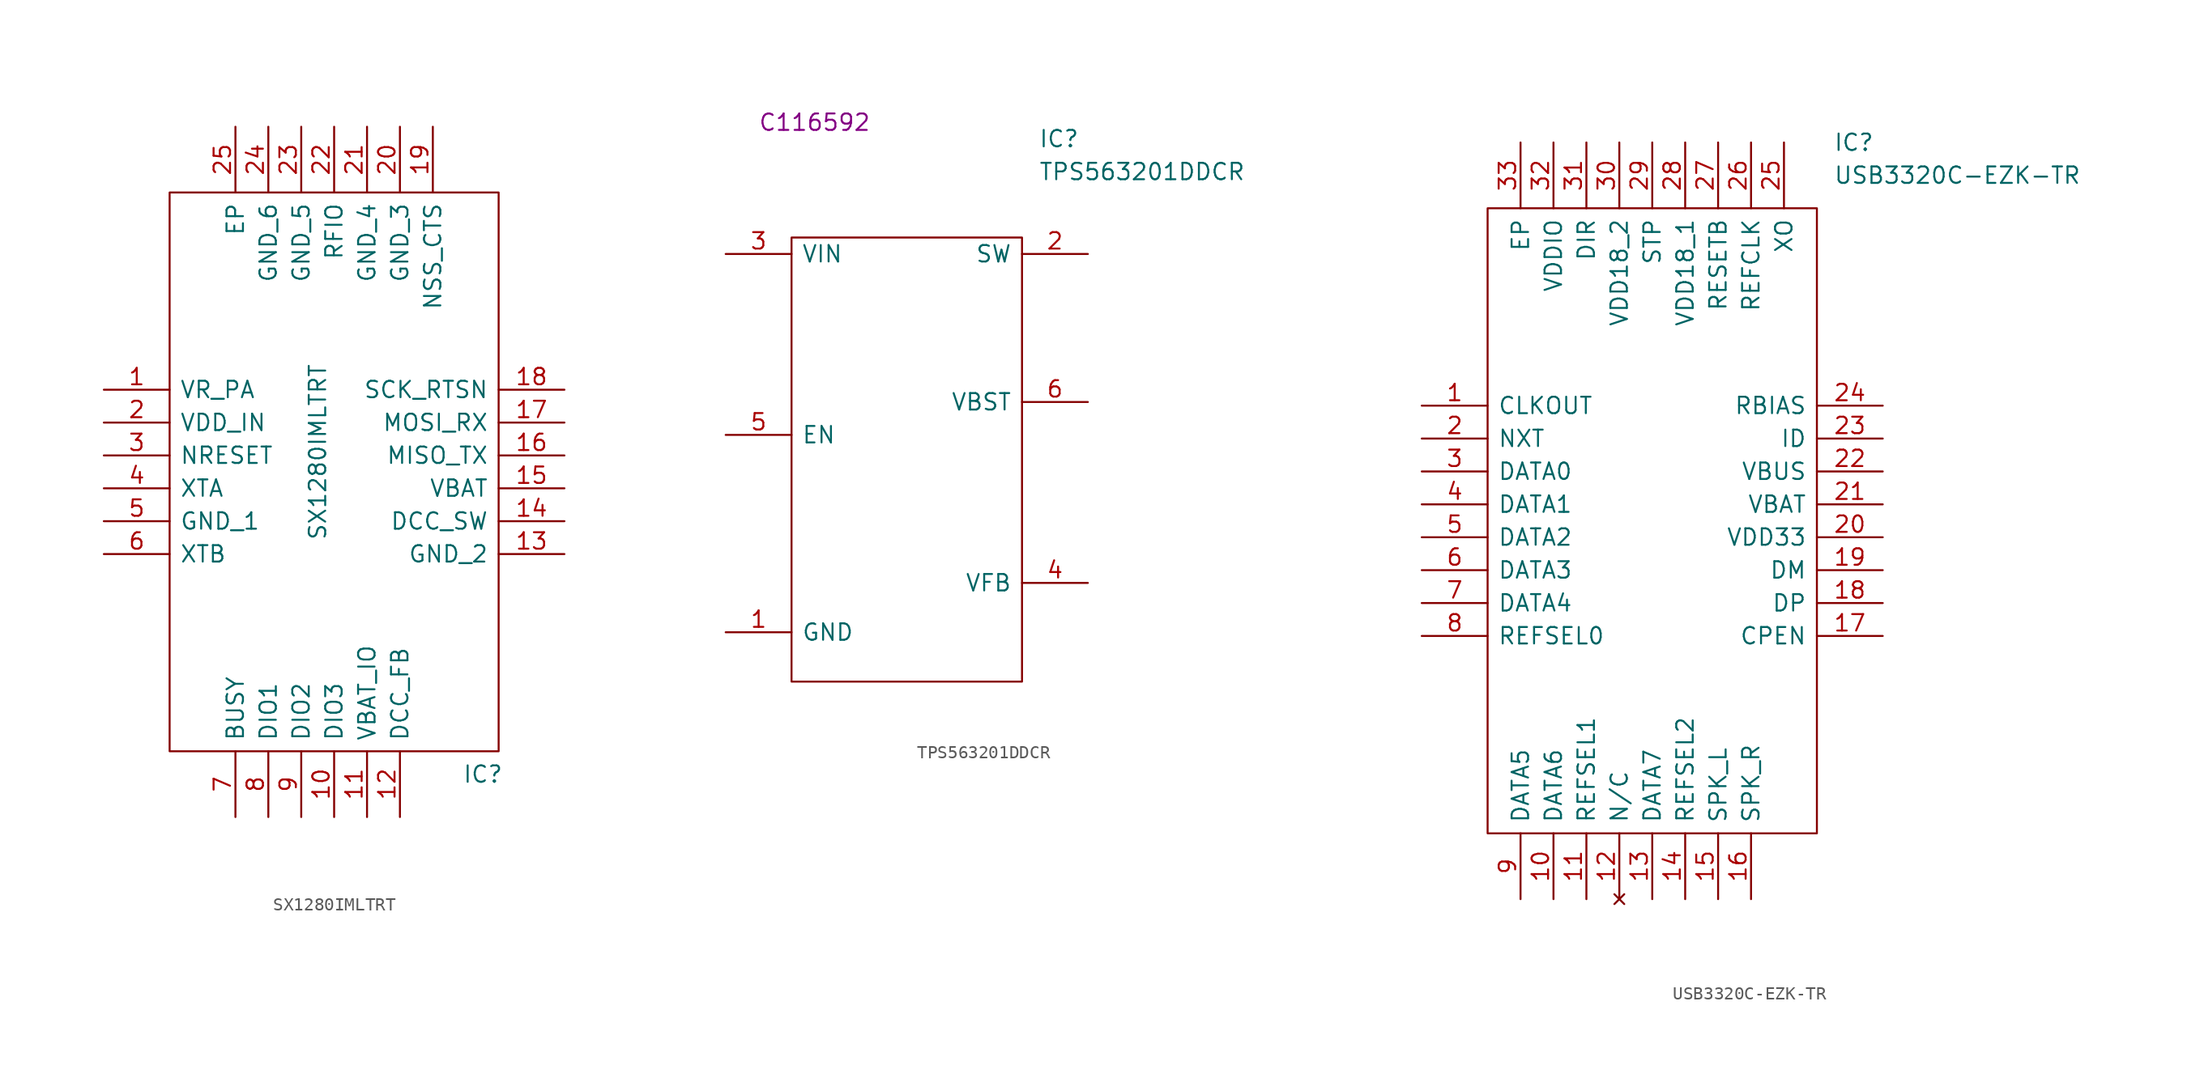
<source format=kicad_sym>
(kicad_symbol_lib
  (version 20231120)
  (generator "kicad_symbol_editor")
  (generator_version "8.0")
  (symbol "SX1280IMLTRT"
    (pin_names
      (offset 0.762))
    (property "Reference" "IC"
      (at 27.686 -29.718 0)
      (effects (font (size 1.27 1.27)) (justify left)))
    (property "Value" "SX1280IMLTRT"
      (at 16.51 -11.684 90)
      (effects (font (size 1.27 1.27)) (justify left)))
    (symbol "SX1280IMLTRT_0_0"
      (pin passive line (at 35.56 -12.7 180) (length 5.08) (name "GND_2" (effects (font (size 1.27 1.27)))) (number "13" (effects (font (size 1.27 1.27)))))
      (pin passive line (at 22.86 20.32 270) (length 5.08) (name "GND_3" (effects (font (size 1.27 1.27)))) (number "20" (effects (font (size 1.27 1.27)))))
      (pin passive line (at 20.32 20.32 270) (length 5.08) (name "GND_4" (effects (font (size 1.27 1.27)))) (number "21" (effects (font (size 1.27 1.27)))))
      (pin passive line (at 15.24 20.32 270) (length 5.08) (name "GND_5" (effects (font (size 1.27 1.27)))) (number "23" (effects (font (size 1.27 1.27)))))
      (pin passive line (at 12.7 20.32 270) (length 5.08) (name "GND_6" (effects (font (size 1.27 1.27)))) (number "24" (effects (font (size 1.27 1.27)))))
      (pin passive line (at 10.16 20.32 270) (length 5.08) (name "EP" (effects (font (size 1.27 1.27)))) (number "25" (effects (font (size 1.27 1.27)))))
      (pin passive line (at 0 -10.16 0) (length 5.08) (name "GND_1" (effects (font (size 1.27 1.27)))) (number "5" (effects (font (size 1.27 1.27))))))
    (symbol "SX1280IMLTRT_0_1"
      (polyline (pts (xy 5.08 15.24) (xy 30.48 15.24) (xy 30.48 -27.94) (xy 5.08 -27.94) (xy 5.08 15.24)) (stroke (width 0.152) (type solid)) (fill (type none))))
    (symbol "SX1280IMLTRT_1_0"
      (pin power_in line (at 0 0 0) (length 5.08) (name "VR_PA" (effects (font (size 1.27 1.27)))) (number "1" (effects (font (size 1.27 1.27)))))
      (pin bidirectional line (at 17.78 -33.02 90) (length 5.08) (name "DIO3" (effects (font (size 1.27 1.27)))) (number "10" (effects (font (size 1.27 1.27)))))
      (pin power_in line (at 20.32 -33.02 90) (length 5.08) (name "VBAT_IO" (effects (font (size 1.27 1.27)))) (number "11" (effects (font (size 1.27 1.27)))))
      (pin output line (at 22.86 -33.02 90) (length 5.08) (name "DCC_FB" (effects (font (size 1.27 1.27)))) (number "12" (effects (font (size 1.27 1.27)))))
      (pin output line (at 35.56 -10.16 180) (length 5.08) (name "DCC_SW" (effects (font (size 1.27 1.27)))) (number "14" (effects (font (size 1.27 1.27)))))
      (pin input line (at 35.56 -7.62 180) (length 5.08) (name "VBAT" (effects (font (size 1.27 1.27)))) (number "15" (effects (font (size 1.27 1.27)))))
      (pin output line (at 35.56 -5.08 180) (length 5.08) (name "MISO_TX" (effects (font (size 1.27 1.27)))) (number "16" (effects (font (size 1.27 1.27)))))
      (pin input line (at 35.56 -2.54 180) (length 5.08) (name "MOSI_RX" (effects (font (size 1.27 1.27)))) (number "17" (effects (font (size 1.27 1.27)))))
      (pin input line (at 35.56 0 180) (length 5.08) (name "SCK_RTSN" (effects (font (size 1.27 1.27)))) (number "18" (effects (font (size 1.27 1.27)))))
      (pin input line (at 25.4 20.32 270) (length 5.08) (name "NSS_CTS" (effects (font (size 1.27 1.27)))) (number "19" (effects (font (size 1.27 1.27)))))
      (pin power_in line (at 0 -2.54 0) (length 5.08) (name "VDD_IN" (effects (font (size 1.27 1.27)))) (number "2" (effects (font (size 1.27 1.27)))))
      (pin bidirectional line (at 17.78 20.32 270) (length 5.08) (name "RFIO" (effects (font (size 1.27 1.27)))) (number "22" (effects (font (size 1.27 1.27)))))
      (pin input line (at 0 -5.08 0) (length 5.08) (name "NRESET" (effects (font (size 1.27 1.27)))) (number "3" (effects (font (size 1.27 1.27)))))
      (pin input line (at 0 -7.62 0) (length 5.08) (name "XTA" (effects (font (size 1.27 1.27)))) (number "4" (effects (font (size 1.27 1.27)))))
      (pin input line (at 0 -12.7 0) (length 5.08) (name "XTB" (effects (font (size 1.27 1.27)))) (number "6" (effects (font (size 1.27 1.27)))))
      (pin output line (at 10.16 -33.02 90) (length 5.08) (name "BUSY" (effects (font (size 1.27 1.27)))) (number "7" (effects (font (size 1.27 1.27)))))
      (pin bidirectional line (at 12.7 -33.02 90) (length 5.08) (name "DIO1" (effects (font (size 1.27 1.27)))) (number "8" (effects (font (size 1.27 1.27)))))
      (pin bidirectional line (at 15.24 -33.02 90) (length 5.08) (name "DIO2" (effects (font (size 1.27 1.27)))) (number "9" (effects (font (size 1.27 1.27)))))))
  (symbol "TPS563201DDCR"
    (pin_names
      (offset 0.762))
    (property "Reference" "IC"
      (at 24.13 7.62 0)
      (effects (font (size 1.27 1.27)) (justify left)))
    (property "Value" "TPS563201DDCR"
      (at 24.13 5.08 0)
      (effects (font (size 1.27 1.27)) (justify left)))
    (property "LCSC Part # " "C116592"
      (at 6.858 8.89 0)
      (effects (font (size 1.27 1.27))))
    (symbol "TPS563201DDCR_0_0"
      (pin passive line (at 0 -30.48 0) (length 5.08) (name "GND" (effects (font (size 1.27 1.27)))) (number "1" (effects (font (size 1.27 1.27)))))
      (pin output line (at 27.94 -1.27 180) (length 5.08) (name "SW" (effects (font (size 1.27 1.27)))) (number "2" (effects (font (size 1.27 1.27)))))
      (pin power_in line (at 0 -1.27 0) (length 5.08) (name "VIN" (effects (font (size 1.27 1.27)))) (number "3" (effects (font (size 1.27 1.27)))))
      (pin input line (at 27.94 -26.67 180) (length 5.08) (name "VFB" (effects (font (size 1.27 1.27)))) (number "4" (effects (font (size 1.27 1.27)))))
      (pin input line (at 0 -15.24 0) (length 5.08) (name "EN" (effects (font (size 1.27 1.27)))) (number "5" (effects (font (size 1.27 1.27)))))
      (pin output line (at 27.94 -12.7 180) (length 5.08) (name "VBST" (effects (font (size 1.27 1.27)))) (number "6" (effects (font (size 1.27 1.27))))))
    (symbol "TPS563201DDCR_0_1"
      (polyline (pts (xy 5.08 0) (xy 22.86 0) (xy 22.86 -34.29) (xy 5.08 -34.29) (xy 5.08 0)) (stroke (width 0.152) (type solid)) (fill (type none)))))
  (symbol "USB3320C-EZK-TR"
    (pin_names
      (offset 0.762))
    (property "Reference" "IC"
      (at 31.75 20.32 0)
      (effects (font (size 1.27 1.27)) (justify left)))
    (property "Value" "USB3320C-EZK-TR"
      (at 31.75 17.78 0)
      (effects (font (size 1.27 1.27)) (justify left)))
    (symbol "USB3320C-EZK-TR_0_0"
      (pin passive line (at 0 0 0) (length 5.08) (name "CLKOUT" (effects (font (size 1.27 1.27)))) (number "1" (effects (font (size 1.27 1.27)))))
      (pin passive line (at 10.16 -38.1 90) (length 5.08) (name "DATA6" (effects (font (size 1.27 1.27)))) (number "10" (effects (font (size 1.27 1.27)))))
      (pin passive line (at 12.7 -38.1 90) (length 5.08) (name "REFSEL1" (effects (font (size 1.27 1.27)))) (number "11" (effects (font (size 1.27 1.27)))))
      (pin no_connect line (at 15.24 -38.1 90) (length 5.08) (name "N/C" (effects (font (size 1.27 1.27)))) (number "12" (effects (font (size 1.27 1.27)))))
      (pin passive line (at 17.78 -38.1 90) (length 5.08) (name "DATA7" (effects (font (size 1.27 1.27)))) (number "13" (effects (font (size 1.27 1.27)))))
      (pin passive line (at 20.32 -38.1 90) (length 5.08) (name "REFSEL2" (effects (font (size 1.27 1.27)))) (number "14" (effects (font (size 1.27 1.27)))))
      (pin passive line (at 22.86 -38.1 90) (length 5.08) (name "SPK_L" (effects (font (size 1.27 1.27)))) (number "15" (effects (font (size 1.27 1.27)))))
      (pin passive line (at 25.4 -38.1 90) (length 5.08) (name "SPK_R" (effects (font (size 1.27 1.27)))) (number "16" (effects (font (size 1.27 1.27)))))
      (pin passive line (at 35.56 -17.78 180) (length 5.08) (name "CPEN" (effects (font (size 1.27 1.27)))) (number "17" (effects (font (size 1.27 1.27)))))
      (pin passive line (at 35.56 -15.24 180) (length 5.08) (name "DP" (effects (font (size 1.27 1.27)))) (number "18" (effects (font (size 1.27 1.27)))))
      (pin passive line (at 35.56 -12.7 180) (length 5.08) (name "DM" (effects (font (size 1.27 1.27)))) (number "19" (effects (font (size 1.27 1.27)))))
      (pin passive line (at 0 -2.54 0) (length 5.08) (name "NXT" (effects (font (size 1.27 1.27)))) (number "2" (effects (font (size 1.27 1.27)))))
      (pin passive line (at 35.56 -10.16 180) (length 5.08) (name "VDD33" (effects (font (size 1.27 1.27)))) (number "20" (effects (font (size 1.27 1.27)))))
      (pin passive line (at 35.56 -7.62 180) (length 5.08) (name "VBAT" (effects (font (size 1.27 1.27)))) (number "21" (effects (font (size 1.27 1.27)))))
      (pin passive line (at 35.56 -5.08 180) (length 5.08) (name "VBUS" (effects (font (size 1.27 1.27)))) (number "22" (effects (font (size 1.27 1.27)))))
      (pin passive line (at 35.56 -2.54 180) (length 5.08) (name "ID" (effects (font (size 1.27 1.27)))) (number "23" (effects (font (size 1.27 1.27)))))
      (pin passive line (at 35.56 0 180) (length 5.08) (name "RBIAS" (effects (font (size 1.27 1.27)))) (number "24" (effects (font (size 1.27 1.27)))))
      (pin passive line (at 27.94 20.32 270) (length 5.08) (name "XO" (effects (font (size 1.27 1.27)))) (number "25" (effects (font (size 1.27 1.27)))))
      (pin passive line (at 25.4 20.32 270) (length 5.08) (name "REFCLK" (effects (font (size 1.27 1.27)))) (number "26" (effects (font (size 1.27 1.27)))))
      (pin passive line (at 22.86 20.32 270) (length 5.08) (name "RESETB" (effects (font (size 1.27 1.27)))) (number "27" (effects (font (size 1.27 1.27)))))
      (pin passive line (at 20.32 20.32 270) (length 5.08) (name "VDD18_1" (effects (font (size 1.27 1.27)))) (number "28" (effects (font (size 1.27 1.27)))))
      (pin passive line (at 17.78 20.32 270) (length 5.08) (name "STP" (effects (font (size 1.27 1.27)))) (number "29" (effects (font (size 1.27 1.27)))))
      (pin passive line (at 0 -5.08 0) (length 5.08) (name "DATA0" (effects (font (size 1.27 1.27)))) (number "3" (effects (font (size 1.27 1.27)))))
      (pin passive line (at 15.24 20.32 270) (length 5.08) (name "VDD18_2" (effects (font (size 1.27 1.27)))) (number "30" (effects (font (size 1.27 1.27)))))
      (pin passive line (at 12.7 20.32 270) (length 5.08) (name "DIR" (effects (font (size 1.27 1.27)))) (number "31" (effects (font (size 1.27 1.27)))))
      (pin passive line (at 10.16 20.32 270) (length 5.08) (name "VDDIO" (effects (font (size 1.27 1.27)))) (number "32" (effects (font (size 1.27 1.27)))))
      (pin passive line (at 7.62 20.32 270) (length 5.08) (name "EP" (effects (font (size 1.27 1.27)))) (number "33" (effects (font (size 1.27 1.27)))))
      (pin passive line (at 0 -7.62 0) (length 5.08) (name "DATA1" (effects (font (size 1.27 1.27)))) (number "4" (effects (font (size 1.27 1.27)))))
      (pin passive line (at 0 -10.16 0) (length 5.08) (name "DATA2" (effects (font (size 1.27 1.27)))) (number "5" (effects (font (size 1.27 1.27)))))
      (pin passive line (at 0 -12.7 0) (length 5.08) (name "DATA3" (effects (font (size 1.27 1.27)))) (number "6" (effects (font (size 1.27 1.27)))))
      (pin passive line (at 0 -15.24 0) (length 5.08) (name "DATA4" (effects (font (size 1.27 1.27)))) (number "7" (effects (font (size 1.27 1.27)))))
      (pin passive line (at 0 -17.78 0) (length 5.08) (name "REFSEL0" (effects (font (size 1.27 1.27)))) (number "8" (effects (font (size 1.27 1.27)))))
      (pin passive line (at 7.62 -38.1 90) (length 5.08) (name "DATA5" (effects (font (size 1.27 1.27)))) (number "9" (effects (font (size 1.27 1.27))))))
    (symbol "USB3320C-EZK-TR_0_1"
      (polyline (pts (xy 5.08 15.24) (xy 30.48 15.24) (xy 30.48 -33.02) (xy 5.08 -33.02) (xy 5.08 15.24)) (stroke (width 0.152) (type solid)) (fill (type none))))))
</source>
